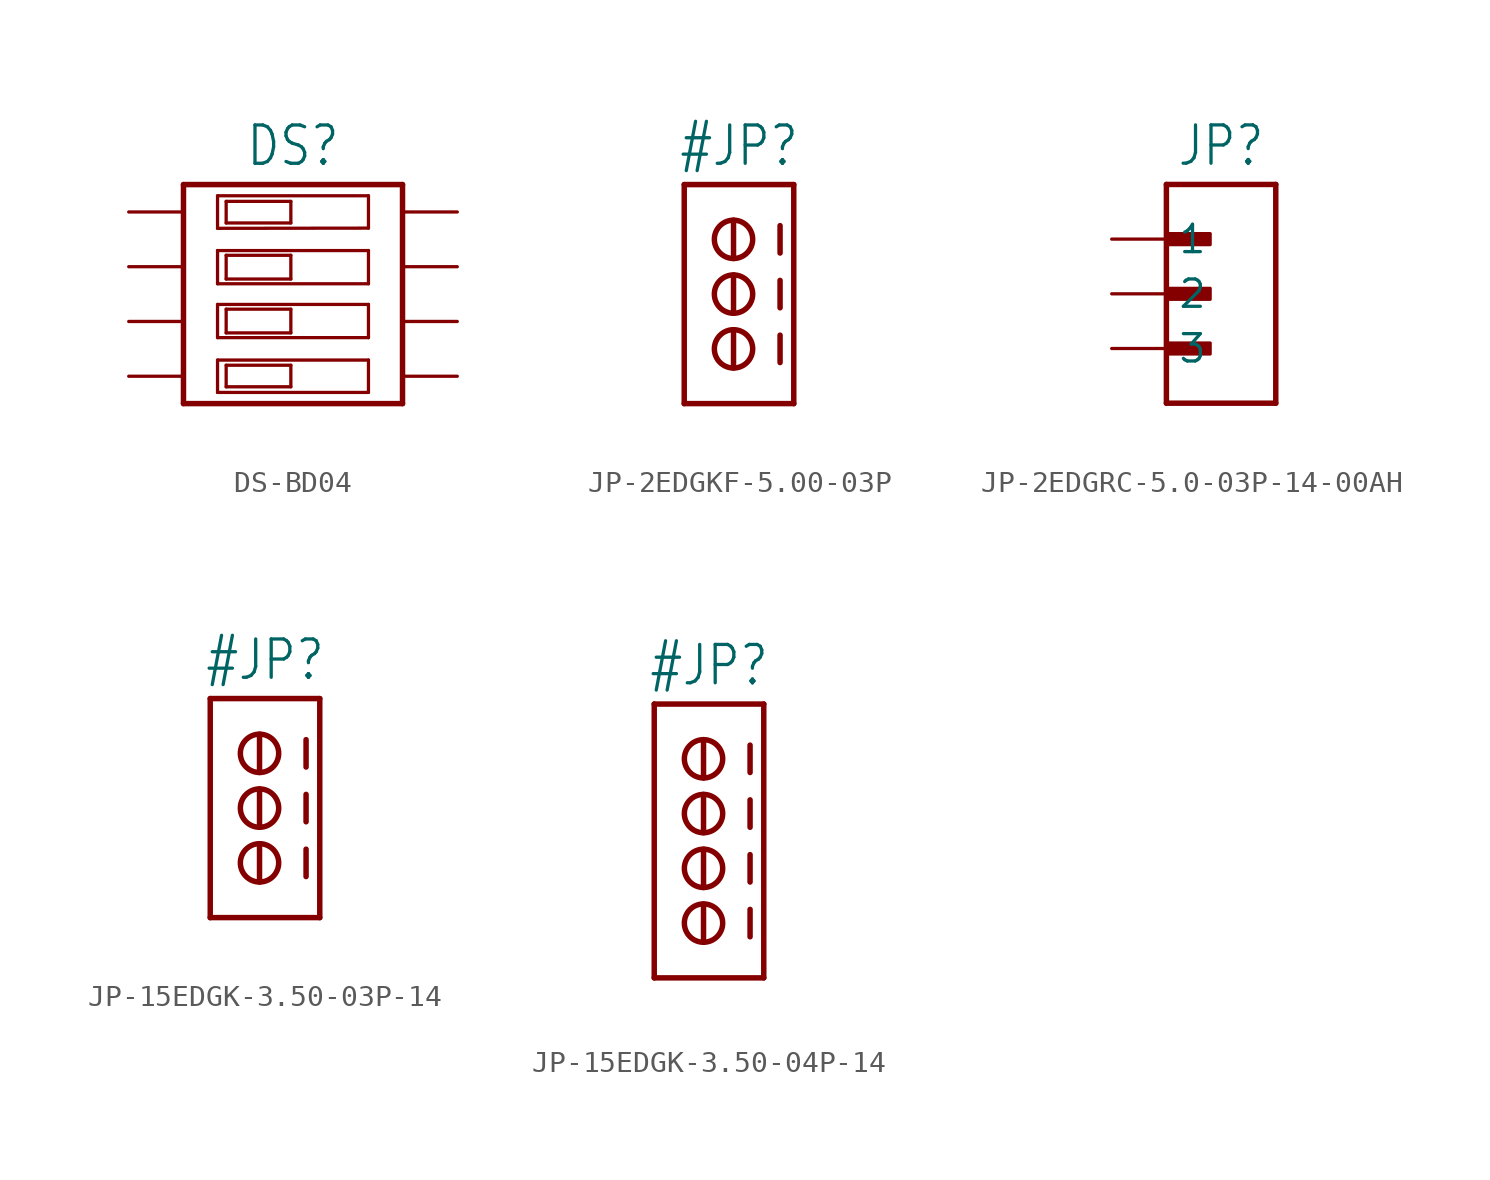
<source format=kicad_sym>
(kicad_symbol_lib
  (version 20231120)
  (generator "kicad_symbol_editor")
  (generator_version "8.0")
  (symbol "DS-BD04"
    (property "Reference" "DS"
      (at 0 5.842 0)
      (effects (font (size 1.778 1.511)) (justify bottom)))
    (property "Value" ""
      (at 0 -5.842 0)
      (effects (font (size 1.778 1.511)) (justify top)))
    (property "ki_locked" ""
      (at 0 0 0)
      (effects (font (size 1.27 1.27))))
    (symbol "DS-BD04_1_0"
      (polyline (pts (xy -5.08 -5.08) (xy 5.08 -5.08)) (stroke (width 0.254) (type solid)) (fill (type none)))
      (polyline (pts (xy -5.08 5.08) (xy -5.08 -5.08)) (stroke (width 0.254) (type solid)) (fill (type none)))
      (polyline (pts (xy -3.5 -4.56) (xy 3.5 -4.56)) (stroke (width 0.152) (type solid)) (fill (type none)))
      (polyline (pts (xy -3.5 -3.06) (xy -3.5 -4.56)) (stroke (width 0.152) (type solid)) (fill (type none)))
      (polyline (pts (xy -3.5 -2.02) (xy 3.5 -2.02)) (stroke (width 0.152) (type solid)) (fill (type none)))
      (polyline (pts (xy -3.5 -0.48) (xy -3.5 -2.02)) (stroke (width 0.152) (type solid)) (fill (type none)))
      (polyline (pts (xy -3.5 0.48) (xy 3.5 0.48)) (stroke (width 0.152) (type solid)) (fill (type none)))
      (polyline (pts (xy -3.5 2.02) (xy -3.5 0.48)) (stroke (width 0.152) (type solid)) (fill (type none)))
      (polyline (pts (xy -3.5 3.05) (xy -3.5 4.56)) (stroke (width 0.152) (type solid)) (fill (type none)))
      (polyline (pts (xy -3.5 4.56) (xy 3.5 4.56)) (stroke (width 0.152) (type solid)) (fill (type none)))
      (polyline (pts (xy -3.1 -4.3) (xy -0.1 -4.3)) (stroke (width 0.152) (type solid)) (fill (type none)))
      (polyline (pts (xy -3.1 -3.3) (xy -3.1 -4.3)) (stroke (width 0.152) (type solid)) (fill (type none)))
      (polyline (pts (xy -3.1 -1.8) (xy -0.1 -1.8)) (stroke (width 0.152) (type solid)) (fill (type none)))
      (polyline (pts (xy -3.1 -0.7) (xy -3.1 -1.8)) (stroke (width 0.152) (type solid)) (fill (type none)))
      (polyline (pts (xy -3.1 0.7) (xy -0.1 0.7)) (stroke (width 0.152) (type solid)) (fill (type none)))
      (polyline (pts (xy -3.1 1.8) (xy -3.1 0.7)) (stroke (width 0.152) (type solid)) (fill (type none)))
      (polyline (pts (xy -3.1 3.3) (xy -0.1 3.3)) (stroke (width 0.152) (type solid)) (fill (type none)))
      (polyline (pts (xy -3.1 4.3) (xy -3.1 3.3)) (stroke (width 0.152) (type solid)) (fill (type none)))
      (polyline (pts (xy -0.1 -4.3) (xy -0.1 -3.3)) (stroke (width 0.152) (type solid)) (fill (type none)))
      (polyline (pts (xy -0.1 -3.3) (xy -3.1 -3.3)) (stroke (width 0.152) (type solid)) (fill (type none)))
      (polyline (pts (xy -0.1 -1.8) (xy -0.1 -0.7)) (stroke (width 0.152) (type solid)) (fill (type none)))
      (polyline (pts (xy -0.1 -0.7) (xy -3.1 -0.7)) (stroke (width 0.152) (type solid)) (fill (type none)))
      (polyline (pts (xy -0.1 0.7) (xy -0.1 1.8)) (stroke (width 0.152) (type solid)) (fill (type none)))
      (polyline (pts (xy -0.1 1.8) (xy -3.1 1.8)) (stroke (width 0.152) (type solid)) (fill (type none)))
      (polyline (pts (xy -0.1 3.3) (xy -0.1 4.3)) (stroke (width 0.152) (type solid)) (fill (type none)))
      (polyline (pts (xy -0.1 4.3) (xy -3.1 4.3)) (stroke (width 0.152) (type solid)) (fill (type none)))
      (polyline (pts (xy 3.5 -4.56) (xy 3.5 -3.06)) (stroke (width 0.152) (type solid)) (fill (type none)))
      (polyline (pts (xy 3.5 -3.06) (xy -3.5 -3.06)) (stroke (width 0.152) (type solid)) (fill (type none)))
      (polyline (pts (xy 3.5 -2.02) (xy 3.5 -0.48)) (stroke (width 0.152) (type solid)) (fill (type none)))
      (polyline (pts (xy 3.5 -0.48) (xy -3.5 -0.48)) (stroke (width 0.152) (type solid)) (fill (type none)))
      (polyline (pts (xy 3.5 0.48) (xy 3.5 2.02)) (stroke (width 0.152) (type solid)) (fill (type none)))
      (polyline (pts (xy 3.5 2.02) (xy -3.5 2.02)) (stroke (width 0.152) (type solid)) (fill (type none)))
      (polyline (pts (xy 3.5 3.06) (xy -3.5 3.05)) (stroke (width 0.152) (type solid)) (fill (type none)))
      (polyline (pts (xy 3.5 4.56) (xy 3.5 3.06)) (stroke (width 0.152) (type solid)) (fill (type none)))
      (polyline (pts (xy 5.08 -5.08) (xy 5.08 5.08)) (stroke (width 0.254) (type solid)) (fill (type none)))
      (polyline (pts (xy 5.08 5.08) (xy -5.08 5.08)) (stroke (width 0.254) (type solid)) (fill (type none)))
      (pin passive line (at -7.62 3.81 0) (length 2.54) (name "1A" (effects (font (size 0 0)))) (number "1A" (effects (font (size 0 0)))))
      (pin passive line (at 7.62 3.81 180) (length 2.54) (name "1B" (effects (font (size 0 0)))) (number "1B" (effects (font (size 0 0)))))
      (pin passive line (at -7.62 1.27 0) (length 2.54) (name "2A" (effects (font (size 0 0)))) (number "2A" (effects (font (size 0 0)))))
      (pin passive line (at 7.62 1.27 180) (length 2.54) (name "2B" (effects (font (size 0 0)))) (number "2B" (effects (font (size 0 0)))))
      (pin passive line (at -7.62 -1.27 0) (length 2.54) (name "3A" (effects (font (size 0 0)))) (number "3A" (effects (font (size 0 0)))))
      (pin passive line (at 7.62 -1.27 180) (length 2.54) (name "3B" (effects (font (size 0 0)))) (number "3B" (effects (font (size 0 0)))))
      (pin passive line (at -7.62 -3.81 0) (length 2.54) (name "4A" (effects (font (size 0 0)))) (number "4A" (effects (font (size 0 0)))))
      (pin passive line (at 7.62 -3.81 180) (length 2.54) (name "4B" (effects (font (size 0 0)))) (number "4B" (effects (font (size 0 0)))))))
  (symbol "JP-2EDGKF-5.00-03P"
    (property "Reference" "#JP"
      (at 0 5.842 0)
      (effects (font (size 1.778 1.511)) (justify bottom)))
    (property "Value" ""
      (at 0 -5.842 0)
      (effects (font (size 1.778 1.511)) (justify top)))
    (property "ki_locked" ""
      (at 0 0 0)
      (effects (font (size 1.27 1.27))))
    (symbol "JP-2EDGKF-5.00-03P_1_0"
      (circle (center -0.254 -2.54) (radius 0.889) (stroke (width 0.254) (type solid)) (fill (type none)))
      (circle (center -0.254 0) (radius 0.889) (stroke (width 0.254) (type solid)) (fill (type none)))
      (circle (center -0.254 2.54) (radius 0.889) (stroke (width 0.254) (type solid)) (fill (type none)))
      (polyline (pts (xy -2.54 -5.08) (xy -2.54 5.08)) (stroke (width 0.254) (type solid)) (fill (type none)))
      (polyline (pts (xy -2.54 5.08) (xy 2.54 5.08)) (stroke (width 0.254) (type solid)) (fill (type none)))
      (polyline (pts (xy -0.254 -1.651) (xy -0.254 -3.429)) (stroke (width 0.254) (type solid)) (fill (type none)))
      (polyline (pts (xy -0.254 0.889) (xy -0.254 -0.889)) (stroke (width 0.254) (type solid)) (fill (type none)))
      (polyline (pts (xy -0.254 3.429) (xy -0.254 1.651)) (stroke (width 0.254) (type solid)) (fill (type none)))
      (polyline (pts (xy 1.905 -1.905) (xy 1.905 -3.175)) (stroke (width 0.254) (type solid)) (fill (type none)))
      (polyline (pts (xy 1.905 0.635) (xy 1.905 -0.635)) (stroke (width 0.254) (type solid)) (fill (type none)))
      (polyline (pts (xy 1.905 3.175) (xy 1.905 1.905)) (stroke (width 0.254) (type solid)) (fill (type none)))
      (polyline (pts (xy 2.54 -5.08) (xy -2.54 -5.08)) (stroke (width 0.254) (type solid)) (fill (type none)))
      (polyline (pts (xy 2.54 5.08) (xy 2.54 -5.08)) (stroke (width 0.254) (type solid)) (fill (type none)))))
  (symbol "JP-2EDGRC-5.0-03P-14-00AH"
    (property "Reference" "JP"
      (at 0 5.842 0)
      (effects (font (size 1.778 1.511)) (justify bottom)))
    (property "Value" ""
      (at 0 -5.842 0)
      (effects (font (size 1.778 1.511)) (justify top)))
    (property "ki_locked" ""
      (at 0 0 0)
      (effects (font (size 1.27 1.27))))
    (symbol "JP-2EDGRC-5.0-03P-14-00AH_1_0"
      (rectangle (start -2.54 -2.794) (end -0.508 -2.286) (stroke (width 0) (type default)) (fill (type outline)))
      (rectangle (start -2.54 -0.254) (end -0.508 0.254) (stroke (width 0) (type default)) (fill (type outline)))
      (rectangle (start -2.54 2.286) (end -0.508 2.794) (stroke (width 0) (type default)) (fill (type outline)))
      (polyline (pts (xy -2.54 -5.08) (xy -2.54 5.08)) (stroke (width 0.254) (type solid)) (fill (type none)))
      (polyline (pts (xy -2.54 5.08) (xy 2.54 5.08)) (stroke (width 0.254) (type solid)) (fill (type none)))
      (polyline (pts (xy 2.54 -5.08) (xy -2.54 -5.08)) (stroke (width 0.254) (type solid)) (fill (type none)))
      (polyline (pts (xy 2.54 5.08) (xy 2.54 -5.08)) (stroke (width 0.254) (type solid)) (fill (type none)))
      (pin passive line (at -5.08 2.54 0) (length 2.54) (name "1" (effects (font (size 1.27 1.27)))) (number "1" (effects (font (size 0 0)))))
      (pin passive line (at -5.08 0 0) (length 2.54) (name "2" (effects (font (size 1.27 1.27)))) (number "2" (effects (font (size 0 0)))))
      (pin passive line (at -5.08 -2.54 0) (length 2.54) (name "3" (effects (font (size 1.27 1.27)))) (number "3" (effects (font (size 0 0)))))))
  (symbol "JP-15EDGK-3.50-03P-14"
    (property "Reference" "#JP"
      (at 0 5.842 0)
      (effects (font (size 1.778 1.511)) (justify bottom)))
    (property "Value" ""
      (at 0 -5.842 0)
      (effects (font (size 1.778 1.511)) (justify top)))
    (property "ki_locked" ""
      (at 0 0 0)
      (effects (font (size 1.27 1.27))))
    (symbol "JP-15EDGK-3.50-03P-14_1_0"
      (circle (center -0.254 -2.54) (radius 0.889) (stroke (width 0.254) (type solid)) (fill (type none)))
      (circle (center -0.254 0) (radius 0.889) (stroke (width 0.254) (type solid)) (fill (type none)))
      (circle (center -0.254 2.54) (radius 0.889) (stroke (width 0.254) (type solid)) (fill (type none)))
      (polyline (pts (xy -2.54 -5.08) (xy -2.54 5.08)) (stroke (width 0.254) (type solid)) (fill (type none)))
      (polyline (pts (xy -2.54 5.08) (xy 2.54 5.08)) (stroke (width 0.254) (type solid)) (fill (type none)))
      (polyline (pts (xy -0.254 -1.651) (xy -0.254 -3.429)) (stroke (width 0.254) (type solid)) (fill (type none)))
      (polyline (pts (xy -0.254 0.889) (xy -0.254 -0.889)) (stroke (width 0.254) (type solid)) (fill (type none)))
      (polyline (pts (xy -0.254 3.429) (xy -0.254 1.651)) (stroke (width 0.254) (type solid)) (fill (type none)))
      (polyline (pts (xy 1.905 -1.905) (xy 1.905 -3.175)) (stroke (width 0.254) (type solid)) (fill (type none)))
      (polyline (pts (xy 1.905 0.635) (xy 1.905 -0.635)) (stroke (width 0.254) (type solid)) (fill (type none)))
      (polyline (pts (xy 1.905 3.175) (xy 1.905 1.905)) (stroke (width 0.254) (type solid)) (fill (type none)))
      (polyline (pts (xy 2.54 -5.08) (xy -2.54 -5.08)) (stroke (width 0.254) (type solid)) (fill (type none)))
      (polyline (pts (xy 2.54 5.08) (xy 2.54 -5.08)) (stroke (width 0.254) (type solid)) (fill (type none)))))
  (symbol "JP-15EDGK-3.50-04P-14"
    (property "Reference" "#JP"
      (at 0 7.112 0)
      (effects (font (size 1.778 1.511)) (justify bottom)))
    (property "Value" ""
      (at 0 -7.112 0)
      (effects (font (size 1.778 1.511)) (justify top)))
    (property "ki_locked" ""
      (at 0 0 0)
      (effects (font (size 1.27 1.27))))
    (symbol "JP-15EDGK-3.50-04P-14_1_0"
      (circle (center -0.254 -3.81) (radius 0.889) (stroke (width 0.254) (type solid)) (fill (type none)))
      (circle (center -0.254 -1.27) (radius 0.889) (stroke (width 0.254) (type solid)) (fill (type none)))
      (circle (center -0.254 1.27) (radius 0.889) (stroke (width 0.254) (type solid)) (fill (type none)))
      (circle (center -0.254 3.81) (radius 0.889) (stroke (width 0.254) (type solid)) (fill (type none)))
      (polyline (pts (xy -2.54 -6.35) (xy -2.54 6.35)) (stroke (width 0.254) (type solid)) (fill (type none)))
      (polyline (pts (xy -2.54 6.35) (xy 2.54 6.35)) (stroke (width 0.254) (type solid)) (fill (type none)))
      (polyline (pts (xy -0.254 -2.921) (xy -0.254 -4.699)) (stroke (width 0.254) (type solid)) (fill (type none)))
      (polyline (pts (xy -0.254 -0.381) (xy -0.254 -2.159)) (stroke (width 0.254) (type solid)) (fill (type none)))
      (polyline (pts (xy -0.254 2.159) (xy -0.254 0.381)) (stroke (width 0.254) (type solid)) (fill (type none)))
      (polyline (pts (xy -0.254 4.699) (xy -0.254 2.921)) (stroke (width 0.254) (type solid)) (fill (type none)))
      (polyline (pts (xy 1.905 -3.175) (xy 1.905 -4.445)) (stroke (width 0.254) (type solid)) (fill (type none)))
      (polyline (pts (xy 1.905 -0.635) (xy 1.905 -1.905)) (stroke (width 0.254) (type solid)) (fill (type none)))
      (polyline (pts (xy 1.905 1.905) (xy 1.905 0.635)) (stroke (width 0.254) (type solid)) (fill (type none)))
      (polyline (pts (xy 1.905 4.445) (xy 1.905 3.175)) (stroke (width 0.254) (type solid)) (fill (type none)))
      (polyline (pts (xy 2.54 -6.35) (xy -2.54 -6.35)) (stroke (width 0.254) (type solid)) (fill (type none)))
      (polyline (pts (xy 2.54 6.35) (xy 2.54 -6.35)) (stroke (width 0.254) (type solid)) (fill (type none))))))
</source>
